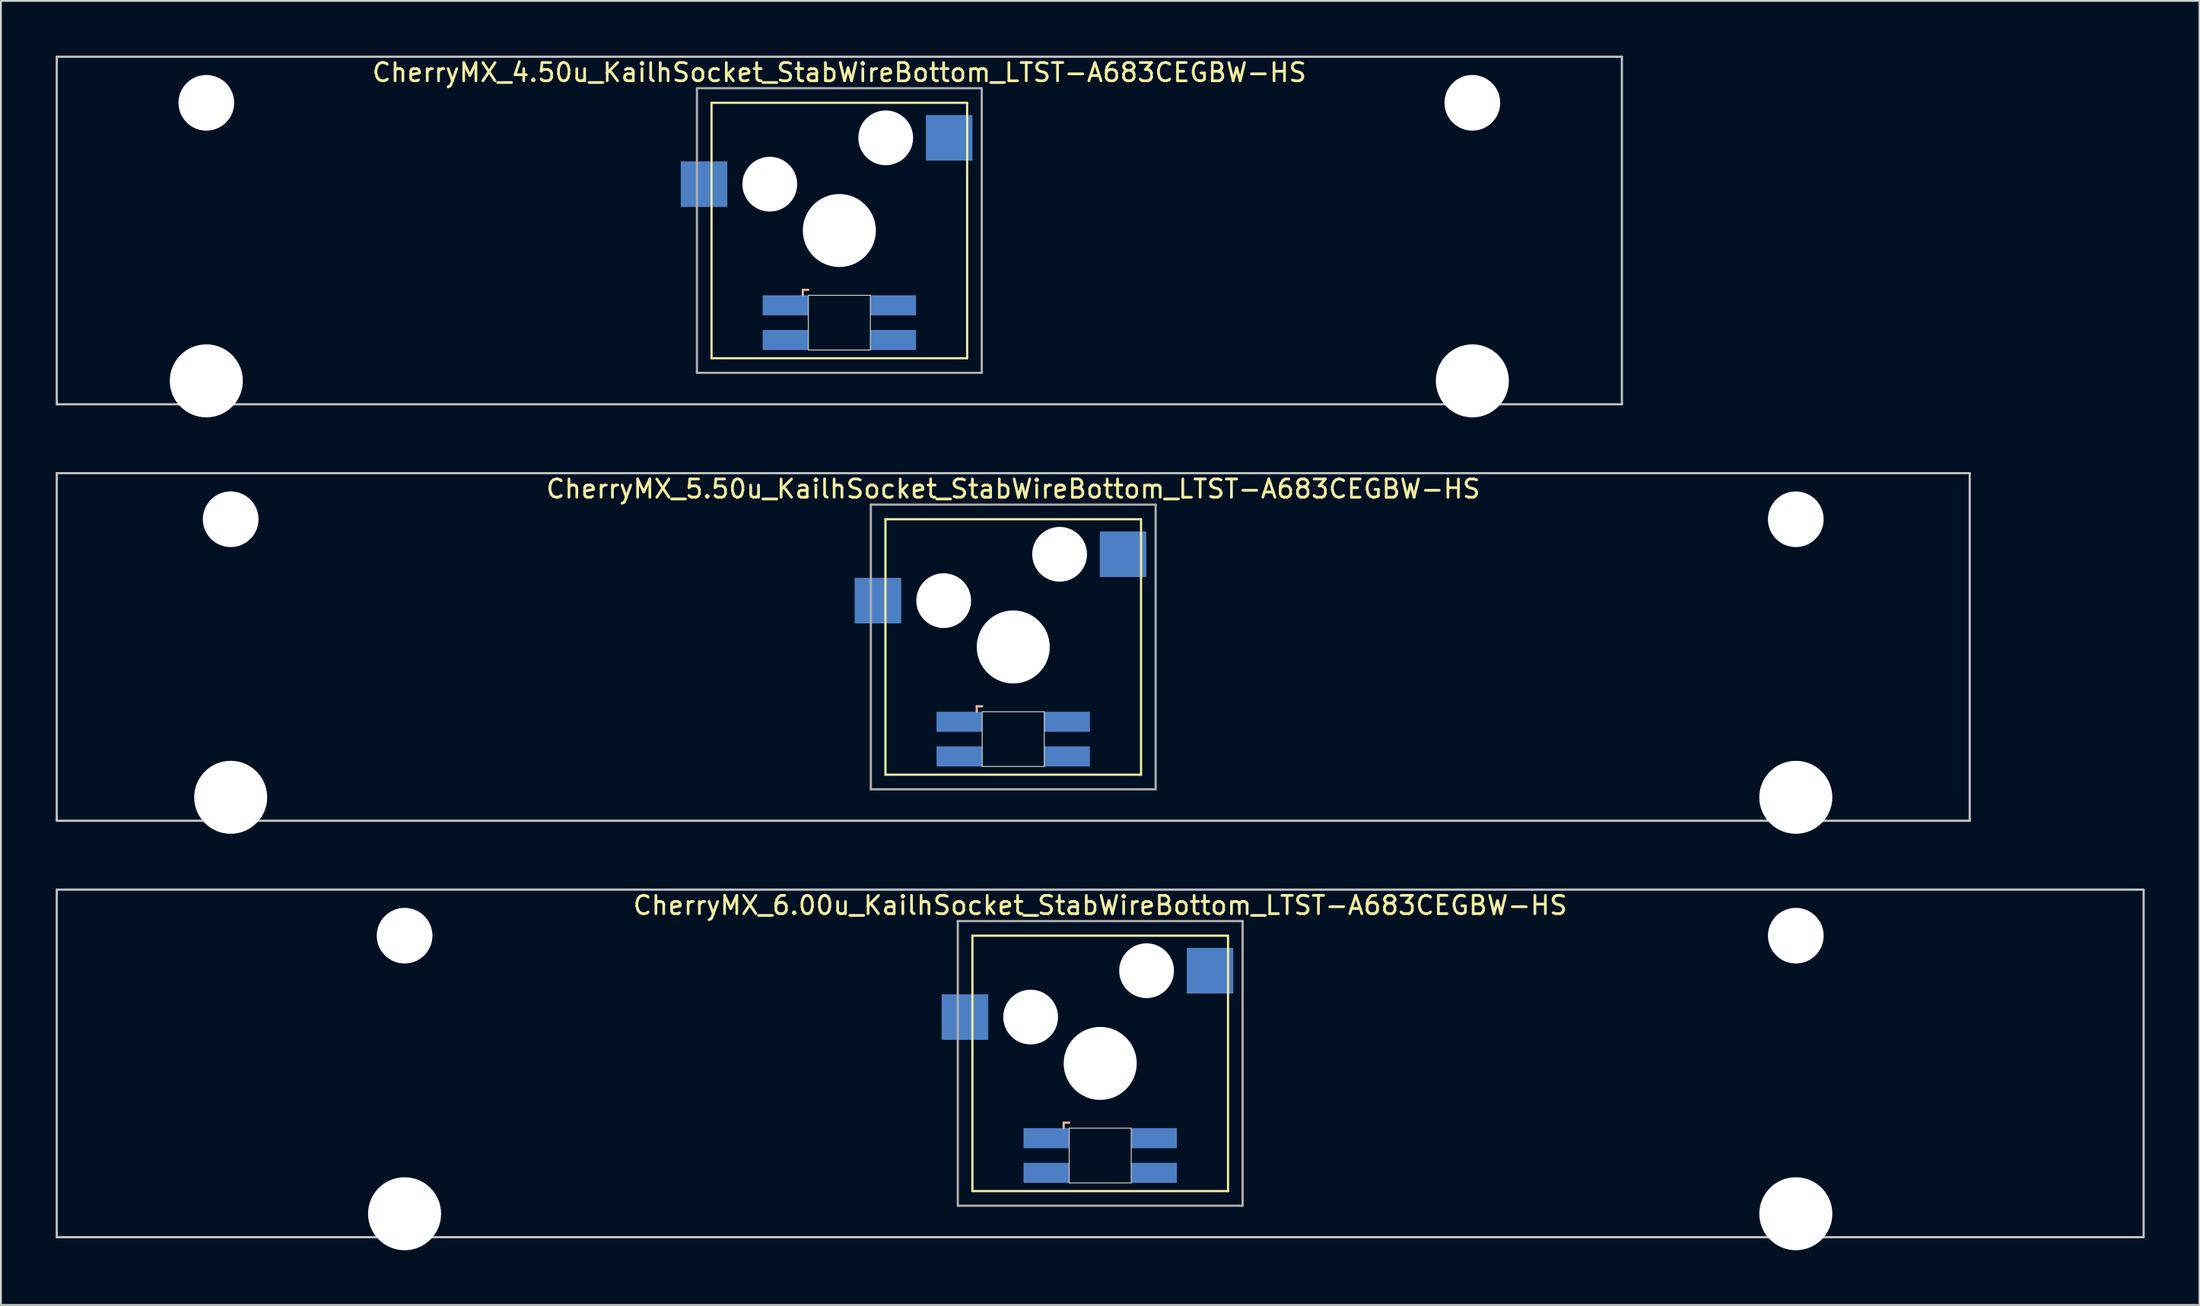
<source format=kicad_pcb>
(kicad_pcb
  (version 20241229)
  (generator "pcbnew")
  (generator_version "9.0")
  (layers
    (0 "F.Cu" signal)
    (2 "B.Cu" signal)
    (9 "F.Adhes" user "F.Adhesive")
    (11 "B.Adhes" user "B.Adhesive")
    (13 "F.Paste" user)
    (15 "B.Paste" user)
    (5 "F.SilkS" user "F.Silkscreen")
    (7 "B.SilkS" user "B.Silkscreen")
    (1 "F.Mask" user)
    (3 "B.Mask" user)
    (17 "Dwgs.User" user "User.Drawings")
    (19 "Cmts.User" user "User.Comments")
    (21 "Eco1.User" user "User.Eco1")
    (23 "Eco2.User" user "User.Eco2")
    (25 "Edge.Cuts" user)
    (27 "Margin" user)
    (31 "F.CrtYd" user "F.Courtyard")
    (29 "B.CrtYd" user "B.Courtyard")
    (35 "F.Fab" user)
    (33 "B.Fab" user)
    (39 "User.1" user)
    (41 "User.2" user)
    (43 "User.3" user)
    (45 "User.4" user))
  (footprint "CherryMX_4.50u_KailhSocket_StabWireBottom_LTST-A683CEGBW-HS"
    (layer "F.Cu")
    (at 42.922 9.585)
    (property "Reference" "CherryMX_4.50u_KailhSocket_StabWireBottom_LTST-A683CEGBW-HS" (at 0 -8.662 0) (layer "F.SilkS") (effects (font (size 1 1) (thickness 0.15))))
    (attr through_hole)
    (fp_line (start -7 -7) (end -7 7) (stroke (width 0.12) (type solid)) (layer "F.SilkS"))
    (fp_line (start -7 -7) (end 7 -7) (stroke (width 0.12) (type solid)) (layer "F.SilkS"))
    (fp_line (start 7 -7) (end 7 7) (stroke (width 0.12) (type solid)) (layer "F.SilkS"))
    (fp_line (start 7 7) (end -7 7) (stroke (width 0.12) (type solid)) (layer "F.SilkS"))
    (fp_line (start -2 3.25) (end -2 3.55) (stroke (width 0.12) (type solid)) (layer "B.SilkS"))
    (fp_line (start -1.7 3.25) (end -2 3.25) (stroke (width 0.12) (type solid)) (layer "B.SilkS"))
    (fp_line (start -42.862 -9.525) (end 42.862 -9.525) (stroke (width 0.12) (type solid)) (layer "Dwgs.User"))
    (fp_line (start -42.862 9.525) (end -42.862 -9.525) (stroke (width 0.12) (type solid)) (layer "Dwgs.User"))
    (fp_line (start 42.862 -9.525) (end 42.862 9.525) (stroke (width 0.12) (type solid)) (layer "Dwgs.User"))
    (fp_line (start 42.862 9.525) (end -42.862 9.525) (stroke (width 0.12) (type solid)) (layer "Dwgs.User"))
    (fp_line (start -1.7 3.55) (end 1.7 3.55) (stroke (width 0.05) (type solid)) (layer "Edge.Cuts"))
    (fp_line (start -1.7 6.55) (end -1.7 3.55) (stroke (width 0.05) (type solid)) (layer "Edge.Cuts"))
    (fp_line (start 1.7 3.55) (end 1.7 6.55) (stroke (width 0.05) (type solid)) (layer "Edge.Cuts"))
    (fp_line (start 1.7 6.55) (end -1.7 6.55) (stroke (width 0.05) (type solid)) (layer "Edge.Cuts"))
    (fp_line (start -7.8 -7.8) (end -7.8 7.8) (stroke (width 0.12) (type solid)) (layer "F.Fab"))
    (fp_line (start -7.8 -7.8) (end 7.8 -7.8) (stroke (width 0.12) (type solid)) (layer "F.Fab"))
    (fp_line (start -7.8 7.8) (end 7.8 7.8) (stroke (width 0.12) (type solid)) (layer "F.Fab"))
    (fp_line (start 7.8 -7.8) (end 7.8 7.8) (stroke (width 0.12) (type solid)) (layer "F.Fab"))
    (pad "" np_thru_hole circle (at -34.671 -7) (size 3.05 3.05) (drill 3.05) (layers "*.Cu" "*.Mask"))
    (pad "" np_thru_hole circle (at -34.671 8.24) (size 4 4) (drill 4) (layers "*.Cu" "*.Mask"))
    (pad "" np_thru_hole circle (at -3.81 -2.54) (size 3 3) (drill 3) (layers "*.Cu" "*.Mask"))
    (pad "" np_thru_hole circle (at 0 0) (size 4 4) (drill 4) (layers "*.Cu" "*.Mask"))
    (pad "" np_thru_hole circle (at 2.54 -5.08) (size 3 3) (drill 3) (layers "*.Cu" "*.Mask"))
    (pad "" np_thru_hole circle (at 34.671 -7) (size 3.05 3.05) (drill 3.05) (layers "*.Cu" "*.Mask"))
    (pad "" np_thru_hole circle (at 34.671 8.24) (size 4 4) (drill 4) (layers "*.Cu" "*.Mask"))
    (pad "1" smd rect (at -7.41 -2.54) (size 2.55 2.5) (layers "B.Cu" "B.Mask" "B.Paste"))
    (pad "2" smd rect (at 6.015 -5.08) (size 2.55 2.5) (layers "B.Cu" "B.Mask" "B.Paste"))
    (pad "3" smd rect (at -2.95 4.1) (size 2.5 1.1) (layers "B.Cu" "B.Mask" "B.Paste"))
    (pad "4" smd rect (at -2.95 6) (size 2.5 1.1) (layers "B.Cu" "B.Mask" "B.Paste"))
    (pad "5" smd rect (at 2.95 4.1) (size 2.5 1.1) (layers "B.Cu" "B.Mask" "B.Paste"))
    (pad "6" smd rect (at 2.95 6) (size 2.5 1.1) (layers "B.Cu" "B.Mask" "B.Paste")))
  (footprint "CherryMX_5.50u_KailhSocket_StabWireBottom_LTST-A683CEGBW-HS"
    (layer "F.Cu")
    (at 52.447 32.41)
    (property "Reference" "CherryMX_5.50u_KailhSocket_StabWireBottom_LTST-A683CEGBW-HS" (at 0 -8.662 0) (layer "F.SilkS") (effects (font (size 1 1) (thickness 0.15))))
    (attr through_hole)
    (fp_line (start -7 -7) (end -7 7) (stroke (width 0.12) (type solid)) (layer "F.SilkS"))
    (fp_line (start -7 -7) (end 7 -7) (stroke (width 0.12) (type solid)) (layer "F.SilkS"))
    (fp_line (start 7 -7) (end 7 7) (stroke (width 0.12) (type solid)) (layer "F.SilkS"))
    (fp_line (start 7 7) (end -7 7) (stroke (width 0.12) (type solid)) (layer "F.SilkS"))
    (fp_line (start -2 3.25) (end -2 3.55) (stroke (width 0.12) (type solid)) (layer "B.SilkS"))
    (fp_line (start -1.7 3.25) (end -2 3.25) (stroke (width 0.12) (type solid)) (layer "B.SilkS"))
    (fp_line (start -52.388 -9.525) (end 52.388 -9.525) (stroke (width 0.12) (type solid)) (layer "Dwgs.User"))
    (fp_line (start -52.388 9.525) (end -52.388 -9.525) (stroke (width 0.12) (type solid)) (layer "Dwgs.User"))
    (fp_line (start 52.388 -9.525) (end 52.388 9.525) (stroke (width 0.12) (type solid)) (layer "Dwgs.User"))
    (fp_line (start 52.388 9.525) (end -52.388 9.525) (stroke (width 0.12) (type solid)) (layer "Dwgs.User"))
    (fp_line (start -1.7 3.55) (end 1.7 3.55) (stroke (width 0.05) (type solid)) (layer "Edge.Cuts"))
    (fp_line (start -1.7 6.55) (end -1.7 3.55) (stroke (width 0.05) (type solid)) (layer "Edge.Cuts"))
    (fp_line (start 1.7 3.55) (end 1.7 6.55) (stroke (width 0.05) (type solid)) (layer "Edge.Cuts"))
    (fp_line (start 1.7 6.55) (end -1.7 6.55) (stroke (width 0.05) (type solid)) (layer "Edge.Cuts"))
    (fp_line (start -7.8 -7.8) (end -7.8 7.8) (stroke (width 0.12) (type solid)) (layer "F.Fab"))
    (fp_line (start -7.8 -7.8) (end 7.8 -7.8) (stroke (width 0.12) (type solid)) (layer "F.Fab"))
    (fp_line (start -7.8 7.8) (end 7.8 7.8) (stroke (width 0.12) (type solid)) (layer "F.Fab"))
    (fp_line (start 7.8 -7.8) (end 7.8 7.8) (stroke (width 0.12) (type solid)) (layer "F.Fab"))
    (pad "" np_thru_hole circle (at -42.862 -7) (size 3.05 3.05) (drill 3.05) (layers "*.Cu" "*.Mask"))
    (pad "" np_thru_hole circle (at -42.862 8.24) (size 4 4) (drill 4) (layers "*.Cu" "*.Mask"))
    (pad "" np_thru_hole circle (at -3.81 -2.54) (size 3 3) (drill 3) (layers "*.Cu" "*.Mask"))
    (pad "" np_thru_hole circle (at 0 0) (size 4 4) (drill 4) (layers "*.Cu" "*.Mask"))
    (pad "" np_thru_hole circle (at 2.54 -5.08) (size 3 3) (drill 3) (layers "*.Cu" "*.Mask"))
    (pad "" np_thru_hole circle (at 42.862 -7) (size 3.05 3.05) (drill 3.05) (layers "*.Cu" "*.Mask"))
    (pad "" np_thru_hole circle (at 42.862 8.24) (size 4 4) (drill 4) (layers "*.Cu" "*.Mask"))
    (pad "1" smd rect (at -7.41 -2.54) (size 2.55 2.5) (layers "B.Cu" "B.Mask" "B.Paste"))
    (pad "2" smd rect (at 6.015 -5.08) (size 2.55 2.5) (layers "B.Cu" "B.Mask" "B.Paste"))
    (pad "3" smd rect (at -2.95 4.1) (size 2.5 1.1) (layers "B.Cu" "B.Mask" "B.Paste"))
    (pad "4" smd rect (at -2.95 6) (size 2.5 1.1) (layers "B.Cu" "B.Mask" "B.Paste"))
    (pad "5" smd rect (at 2.95 4.1) (size 2.5 1.1) (layers "B.Cu" "B.Mask" "B.Paste"))
    (pad "6" smd rect (at 2.95 6) (size 2.5 1.1) (layers "B.Cu" "B.Mask" "B.Paste")))
  (footprint "CherryMX_6.00u_KailhSocket_StabWireBottom_LTST-A683CEGBW-HS"
    (layer "F.Cu")
    (at 57.21 55.235)
    (property "Reference" "CherryMX_6.00u_KailhSocket_StabWireBottom_LTST-A683CEGBW-HS" (at 0 -8.662 0) (layer "F.SilkS") (effects (font (size 1 1) (thickness 0.15))))
    (attr through_hole)
    (fp_line (start -7 -7) (end -7 7) (stroke (width 0.12) (type solid)) (layer "F.SilkS"))
    (fp_line (start -7 -7) (end 7 -7) (stroke (width 0.12) (type solid)) (layer "F.SilkS"))
    (fp_line (start 7 -7) (end 7 7) (stroke (width 0.12) (type solid)) (layer "F.SilkS"))
    (fp_line (start 7 7) (end -7 7) (stroke (width 0.12) (type solid)) (layer "F.SilkS"))
    (fp_line (start -2 3.25) (end -2 3.55) (stroke (width 0.12) (type solid)) (layer "B.SilkS"))
    (fp_line (start -1.7 3.25) (end -2 3.25) (stroke (width 0.12) (type solid)) (layer "B.SilkS"))
    (fp_line (start -57.15 -9.525) (end 57.15 -9.525) (stroke (width 0.12) (type solid)) (layer "Dwgs.User"))
    (fp_line (start -57.15 9.525) (end -57.15 -9.525) (stroke (width 0.12) (type solid)) (layer "Dwgs.User"))
    (fp_line (start 57.15 -9.525) (end 57.15 9.525) (stroke (width 0.12) (type solid)) (layer "Dwgs.User"))
    (fp_line (start 57.15 9.525) (end -57.15 9.525) (stroke (width 0.12) (type solid)) (layer "Dwgs.User"))
    (fp_line (start -1.7 3.55) (end 1.7 3.55) (stroke (width 0.05) (type solid)) (layer "Edge.Cuts"))
    (fp_line (start -1.7 6.55) (end -1.7 3.55) (stroke (width 0.05) (type solid)) (layer "Edge.Cuts"))
    (fp_line (start 1.7 3.55) (end 1.7 6.55) (stroke (width 0.05) (type solid)) (layer "Edge.Cuts"))
    (fp_line (start 1.7 6.55) (end -1.7 6.55) (stroke (width 0.05) (type solid)) (layer "Edge.Cuts"))
    (fp_line (start -7.8 -7.8) (end -7.8 7.8) (stroke (width 0.12) (type solid)) (layer "F.Fab"))
    (fp_line (start -7.8 -7.8) (end 7.8 -7.8) (stroke (width 0.12) (type solid)) (layer "F.Fab"))
    (fp_line (start -7.8 7.8) (end 7.8 7.8) (stroke (width 0.12) (type solid)) (layer "F.Fab"))
    (fp_line (start 7.8 -7.8) (end 7.8 7.8) (stroke (width 0.12) (type solid)) (layer "F.Fab"))
    (pad "" np_thru_hole circle (at -38.1 -7) (size 3.05 3.05) (drill 3.05) (layers "*.Cu" "*.Mask"))
    (pad "" np_thru_hole circle (at -38.1 8.24) (size 4 4) (drill 4) (layers "*.Cu" "*.Mask"))
    (pad "" np_thru_hole circle (at -3.81 -2.54) (size 3 3) (drill 3) (layers "*.Cu" "*.Mask"))
    (pad "" np_thru_hole circle (at 0 0) (size 4 4) (drill 4) (layers "*.Cu" "*.Mask"))
    (pad "" np_thru_hole circle (at 2.54 -5.08) (size 3 3) (drill 3) (layers "*.Cu" "*.Mask"))
    (pad "" np_thru_hole circle (at 38.1 -7) (size 3.05 3.05) (drill 3.05) (layers "*.Cu" "*.Mask"))
    (pad "" np_thru_hole circle (at 38.1 8.24) (size 4 4) (drill 4) (layers "*.Cu" "*.Mask"))
    (pad "1" smd rect (at -7.41 -2.54) (size 2.55 2.5) (layers "B.Cu" "B.Mask" "B.Paste"))
    (pad "2" smd rect (at 6.015 -5.08) (size 2.55 2.5) (layers "B.Cu" "B.Mask" "B.Paste"))
    (pad "3" smd rect (at -2.95 4.1) (size 2.5 1.1) (layers "B.Cu" "B.Mask" "B.Paste"))
    (pad "4" smd rect (at -2.95 6) (size 2.5 1.1) (layers "B.Cu" "B.Mask" "B.Paste"))
    (pad "5" smd rect (at 2.95 4.1) (size 2.5 1.1) (layers "B.Cu" "B.Mask" "B.Paste"))
    (pad "6" smd rect (at 2.95 6) (size 2.5 1.1) (layers "B.Cu" "B.Mask" "B.Paste")))
  (gr_rect
    (start -3 -3)
    (end 117.42 68.475)
    (stroke (width 0.1) (type default))
    (fill no)
    (layer "Edge.Cuts")))
</source>
